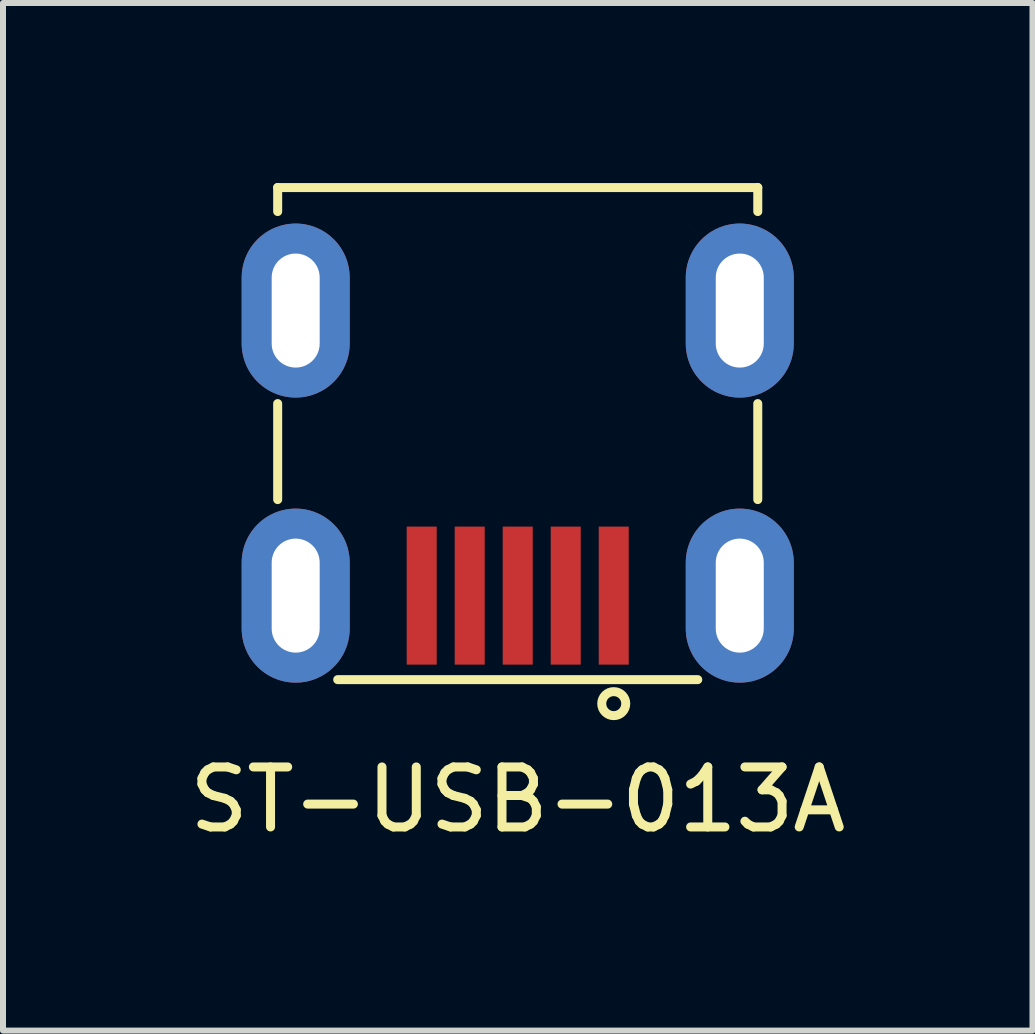
<source format=kicad_pcb>
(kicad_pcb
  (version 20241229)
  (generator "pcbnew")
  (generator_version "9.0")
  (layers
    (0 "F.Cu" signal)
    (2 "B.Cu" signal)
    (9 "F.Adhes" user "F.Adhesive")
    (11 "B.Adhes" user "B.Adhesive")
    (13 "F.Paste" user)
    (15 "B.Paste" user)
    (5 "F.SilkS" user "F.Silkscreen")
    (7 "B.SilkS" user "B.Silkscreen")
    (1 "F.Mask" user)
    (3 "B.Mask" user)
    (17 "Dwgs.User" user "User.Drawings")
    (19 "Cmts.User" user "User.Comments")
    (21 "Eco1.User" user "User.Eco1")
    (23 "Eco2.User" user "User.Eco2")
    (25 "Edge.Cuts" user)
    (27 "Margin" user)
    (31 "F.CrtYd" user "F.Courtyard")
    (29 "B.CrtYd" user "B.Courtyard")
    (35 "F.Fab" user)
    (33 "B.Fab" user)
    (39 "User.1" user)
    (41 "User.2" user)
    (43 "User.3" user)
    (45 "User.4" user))
  (footprint "ST-USB-013A"
    (layer "F.Cu")
    (at 5.577 6.875)
    (property "Reference" "ST-USB-013A" (at 0 3.4 0) (layer "F.SilkS") (effects (font (size 1 1) (thickness 0.15))))
    (attr through_hole)
    (fp_line (start -4 -6.8) (end -4 -6.4) (stroke (width 0.15) (type solid)) (layer "F.SilkS"))
    (fp_line (start -4 -6.8) (end 4 -6.8) (stroke (width 0.15) (type solid)) (layer "F.SilkS"))
    (fp_line (start -4 -3.2) (end -4 -1.6) (stroke (width 0.15) (type solid)) (layer "F.SilkS"))
    (fp_line (start 3 1.4) (end -3 1.4) (stroke (width 0.15) (type solid)) (layer "F.SilkS"))
    (fp_line (start 4 -6.8) (end 4 -6.4) (stroke (width 0.15) (type solid)) (layer "F.SilkS"))
    (fp_line (start 4 -3.2) (end 4 -1.6) (stroke (width 0.15) (type solid)) (layer "F.SilkS"))
    (fp_circle (center 1.6 1.8) (end 1.6 2) (stroke (width 0.15) (type solid)) (fill no) (layer "F.SilkS"))
    (pad "1" smd rect (at 1.6 0) (size 0.5 2.3) (layers "F.Cu" "F.Mask" "F.Paste"))
    (pad "2" smd rect (at 0.8 0) (size 0.5 2.3) (layers "F.Cu" "F.Mask" "F.Paste"))
    (pad "3" smd rect (at 0 0) (size 0.5 2.3) (layers "F.Cu" "F.Mask" "F.Paste"))
    (pad "4" smd rect (at -0.8 0) (size 0.5 2.3) (layers "F.Cu" "F.Mask" "F.Paste"))
    (pad "5" smd rect (at -1.6 0) (size 0.5 2.3) (layers "F.Cu" "F.Mask" "F.Paste"))
    (pad "6" thru_hole oval (at -3.7 -4.75) (size 1.8 2.9) (drill oval 0.8 1.9) (layers "*.Cu" "*.Mask"))
    (pad "6" thru_hole oval (at -3.7 0) (size 1.8 2.9) (drill oval 0.8 1.9) (layers "*.Cu" "*.Mask"))
    (pad "6" thru_hole oval (at 3.7 -4.75) (size 1.8 2.9) (drill oval 0.8 1.9) (layers "*.Cu" "*.Mask"))
    (pad "6" thru_hole oval (at 3.7 0) (size 1.8 2.9) (drill oval 0.8 1.9) (layers "*.Cu" "*.Mask")))
  (gr_rect
    (start -3 -3)
    (end 14.155 14.123)
    (stroke (width 0.1) (type default))
    (fill no)
    (layer "Edge.Cuts")))
</source>
